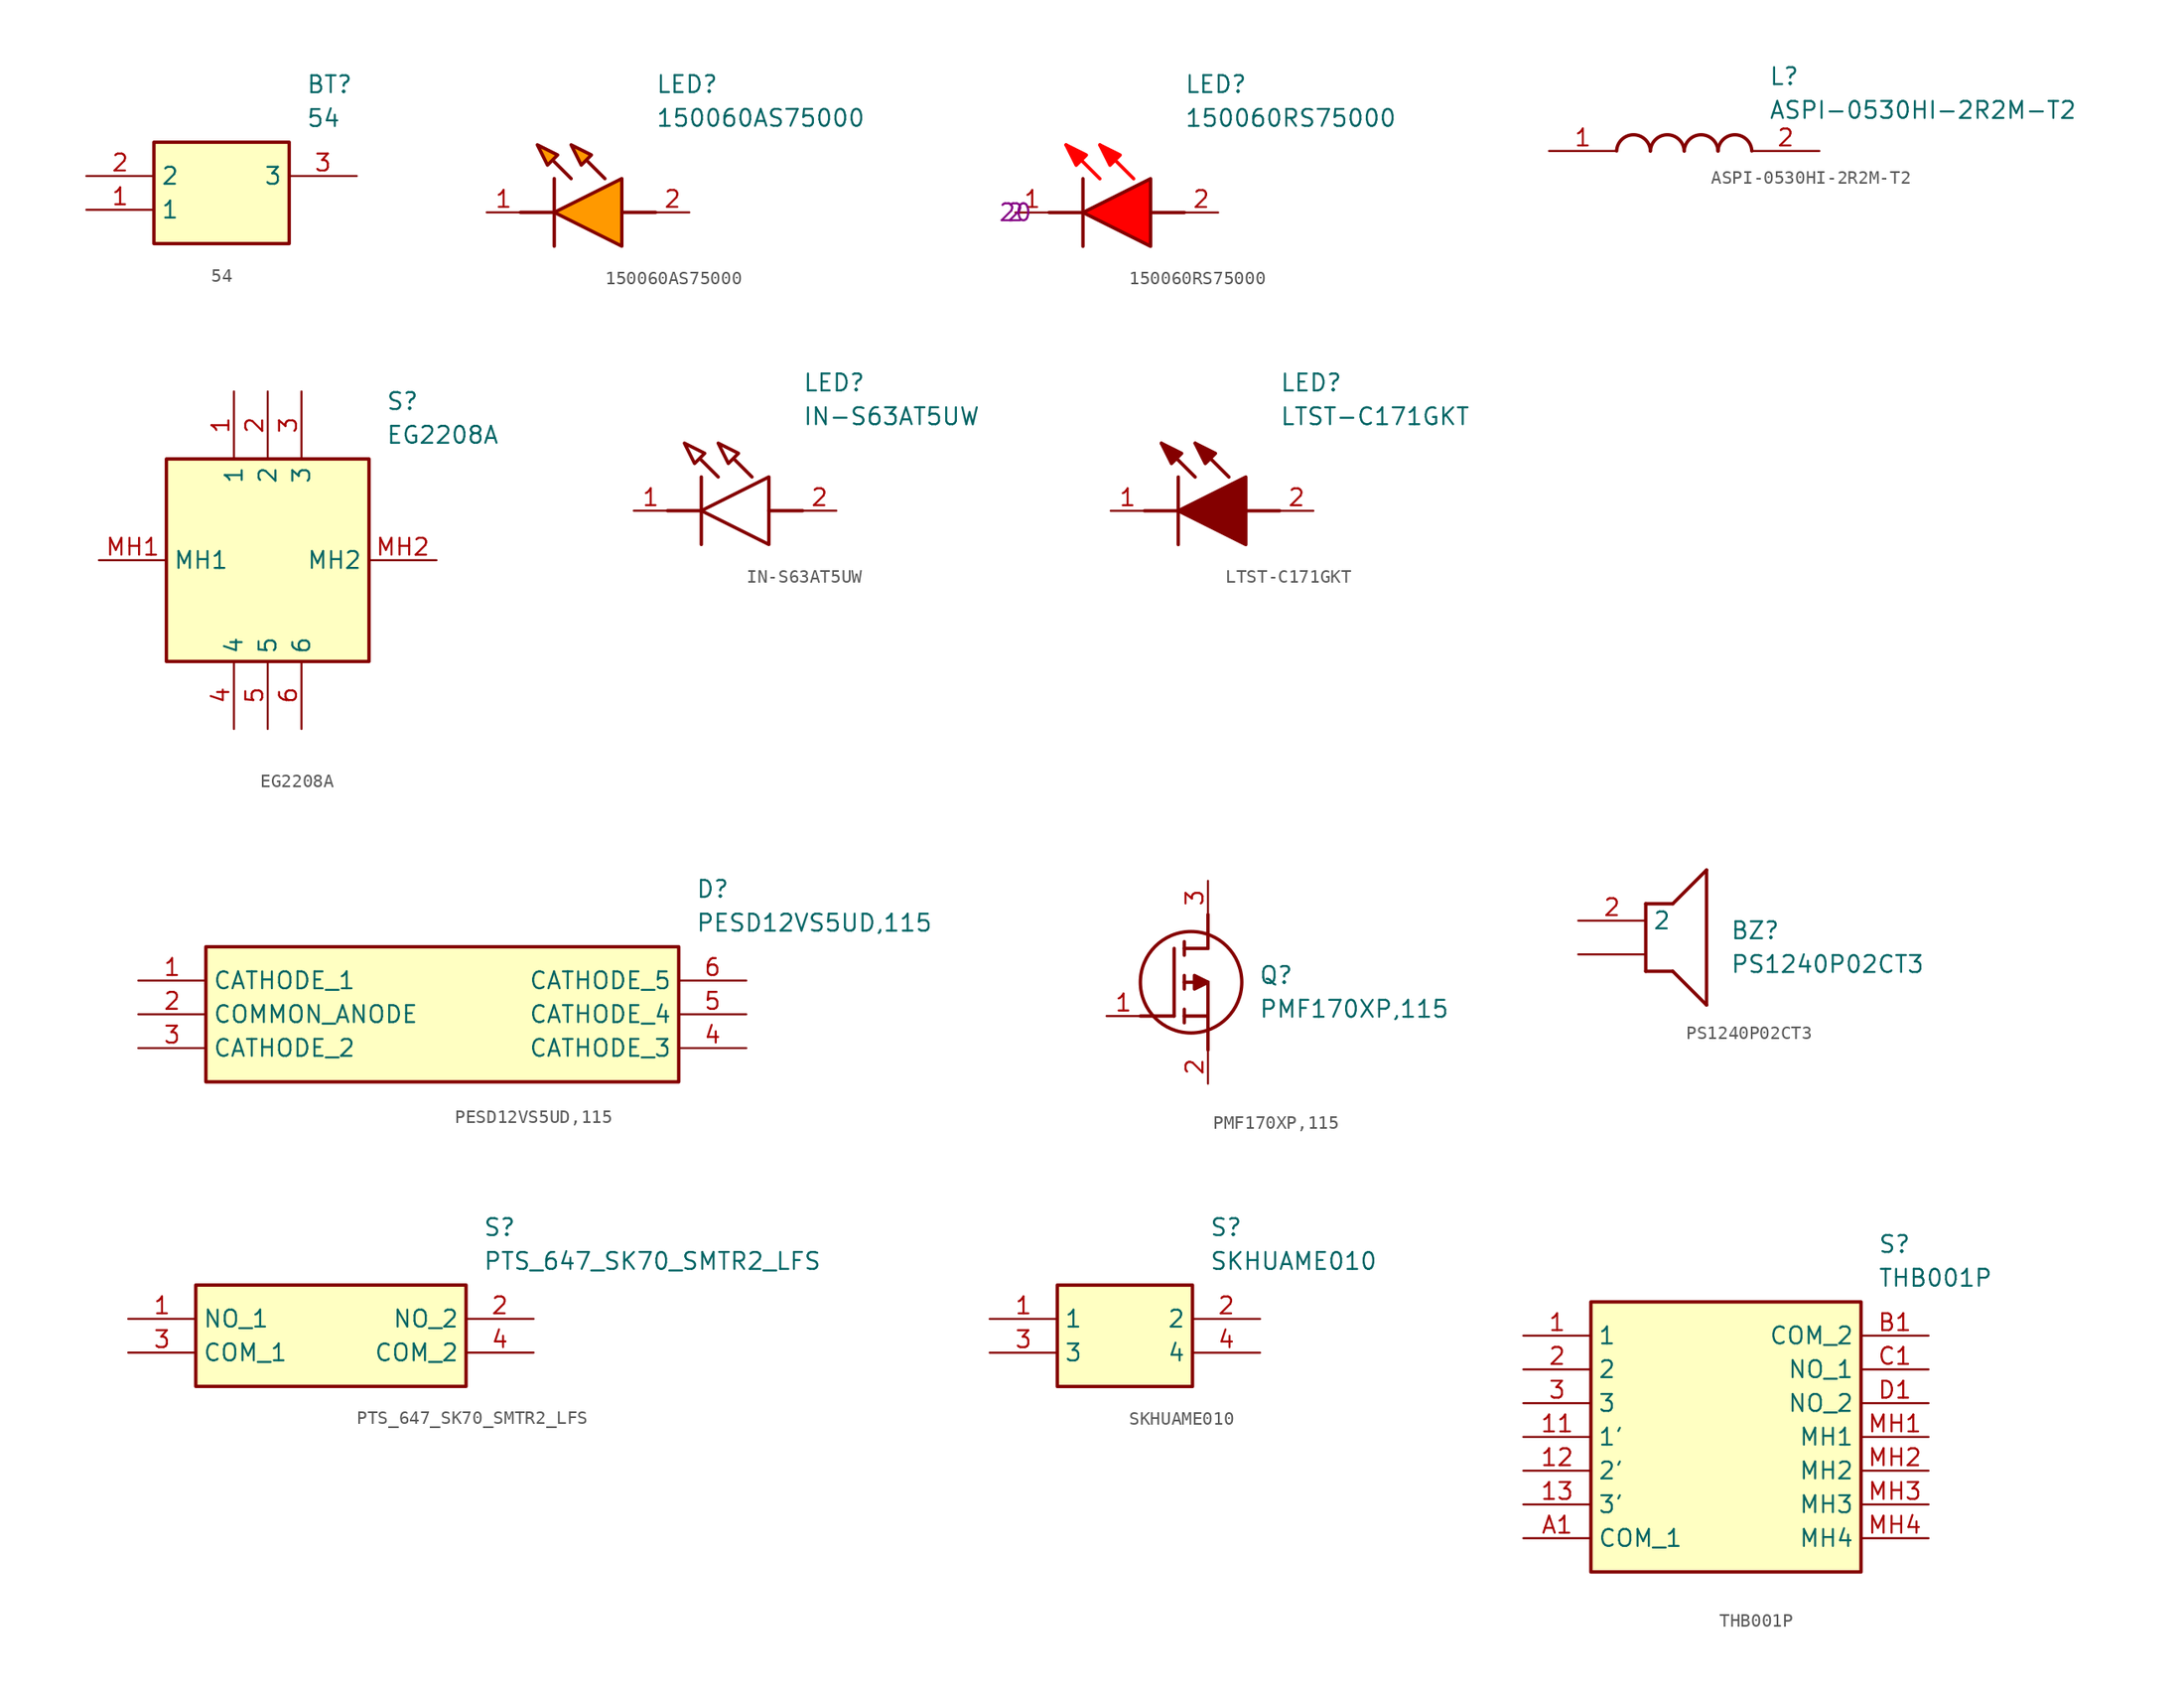
<source format=kicad_sym>
(kicad_symbol_lib
  (version 20231120)
  (generator "kicad_symbol_editor")
  (generator_version "8.0")
  (symbol "54"
    (property "Reference" "BT"
      (at 16.51 7.62 0)
      (effects (font (size 1.27 1.27)) (justify left top)))
    (property "Value" "54"
      (at 16.51 5.08 0)
      (effects (font (size 1.27 1.27)) (justify left top)))
    (symbol "54_1_1"
      (rectangle (start 5.08 2.54) (end 15.24 -5.08) (stroke (width 0.254) (type default)) (fill (type background)))
      (pin passive line (at 0 -2.54 0) (length 5.08) (name "1" (effects (font (size 1.27 1.27)))) (number "1" (effects (font (size 1.27 1.27)))))
      (pin passive line (at 0 0 0) (length 5.08) (name "2" (effects (font (size 1.27 1.27)))) (number "2" (effects (font (size 1.27 1.27)))))
      (pin passive line (at 20.32 0 180) (length 5.08) (name "3" (effects (font (size 1.27 1.27)))) (number "3" (effects (font (size 1.27 1.27)))))))
  (symbol "150060AS75000"
    (pin_names hide)
    (property "Reference" "LED"
      (at 12.7 8.89 0)
      (effects (font (size 1.27 1.27)) (justify left bottom)))
    (property "Value" "150060AS75000"
      (at 12.7 6.35 0)
      (effects (font (size 1.27 1.27)) (justify left bottom)))
    (symbol "150060AS75000_1_1"
      (polyline (pts (xy 2.54 0) (xy 5.08 0)) (stroke (width 0.254) (type default)) (fill (type none)))
      (polyline (pts (xy 5.08 2.54) (xy 5.08 -2.54)) (stroke (width 0.254) (type default)) (fill (type none)))
      (polyline (pts (xy 6.35 2.54) (xy 5.08 3.81)) (stroke (width 0.254) (type default)) (fill (type none)))
      (polyline (pts (xy 8.89 2.54) (xy 7.62 3.81)) (stroke (width 0.254) (type default)) (fill (type none)))
      (polyline (pts (xy 10.16 0) (xy 12.7 0)) (stroke (width 0.254) (type default)) (fill (type none)))
      (polyline (pts (xy 5.08 0) (xy 10.16 2.54) (xy 10.16 -2.54) (xy 5.08 0)) (stroke (width 0.254) (type default)) (fill (type color) (color 255 153 0 1)))
      (polyline (pts (xy 5.334 4.318) (xy 4.572 3.556) (xy 3.81 5.08) (xy 5.334 4.318)) (stroke (width 0.254) (type default)) (fill (type color) (color 255 153 0 1)))
      (polyline (pts (xy 7.874 4.318) (xy 7.112 3.556) (xy 6.35 5.08) (xy 7.874 4.318)) (stroke (width 0.254) (type default)) (fill (type color) (color 255 153 0 1)))
      (pin passive line (at 0 0 0) (length 2.54) (name "K" (effects (font (size 1.27 1.27)))) (number "1" (effects (font (size 1.27 1.27)))))
      (pin passive line (at 15.24 0 180) (length 2.54) (name "A" (effects (font (size 1.27 1.27)))) (number "2" (effects (font (size 1.27 1.27)))))))
  (symbol "150060RS75000"
    (pin_names hide)
    (property "Reference" "LED"
      (at 12.7 8.89 0)
      (effects (font (size 1.27 1.27)) (justify left bottom)))
    (property "Value" "150060RS75000"
      (at 12.7 6.35 0)
      (effects (font (size 1.27 1.27)) (justify left bottom)))
    (property "Vf (Volts)" "2"
      (at 0 0 0)
      (effects (font (size 1.27 1.27))))
    (property "Forward current (mA)" "20"
      (at 0 0 0)
      (effects (font (size 1.27 1.27))))
    (symbol "150060RS75000_1_1"
      (polyline (pts (xy 2.54 0) (xy 5.08 0)) (stroke (width 0.254) (type default)) (fill (type none)))
      (polyline (pts (xy 5.08 2.54) (xy 5.08 -2.54)) (stroke (width 0.254) (type default)) (fill (type none)))
      (polyline (pts (xy 6.35 2.54) (xy 3.81 5.08)) (stroke (width 0.254) (type default) (color 255 0 0 1)) (fill (type color) (color 255 0 0 1)))
      (polyline (pts (xy 8.89 2.54) (xy 6.35 5.08)) (stroke (width 0.254) (type default) (color 255 0 0 1)) (fill (type none)))
      (polyline (pts (xy 10.16 0) (xy 12.7 0)) (stroke (width 0.254) (type default)) (fill (type none)))
      (polyline (pts (xy 5.08 0) (xy 10.16 2.54) (xy 10.16 -2.54) (xy 5.08 0)) (stroke (width 0.254) (type default)) (fill (type color) (color 255 0 0 1)))
      (polyline (pts (xy 5.334 4.318) (xy 4.572 3.556) (xy 3.81 5.08) (xy 5.334 4.318)) (stroke (width 0.254) (type default) (color 255 0 0 1)) (fill (type outline)))
      (polyline (pts (xy 7.874 4.318) (xy 7.112 3.556) (xy 6.35 5.08) (xy 7.874 4.318)) (stroke (width 0.254) (type default) (color 255 0 0 1)) (fill (type outline)))
      (pin passive line (at 0 0 0) (length 2.54) (name "K" (effects (font (size 1.27 1.27)))) (number "1" (effects (font (size 1.27 1.27)))))
      (pin passive line (at 15.24 0 180) (length 2.54) (name "A" (effects (font (size 1.27 1.27)))) (number "2" (effects (font (size 1.27 1.27)))))))
  (symbol "ASPI-0530HI-2R2M-T2"
    (pin_names hide)
    (property "Reference" "L"
      (at 16.51 6.35 0)
      (effects (font (size 1.27 1.27)) (justify left top)))
    (property "Value" "ASPI-0530HI-2R2M-T2"
      (at 16.51 3.81 0)
      (effects (font (size 1.27 1.27)) (justify left top)))
    (symbol "ASPI-0530HI-2R2M-T2_1_1"
      (arc (start 7.62 0) (mid 6.35 1.219) (end 5.08 0) (stroke (width 0.254) (type default)) (fill (type none)))
      (arc (start 10.16 0) (mid 8.89 1.219) (end 7.62 0) (stroke (width 0.254) (type default)) (fill (type none)))
      (arc (start 12.7 0) (mid 11.43 1.219) (end 10.16 0) (stroke (width 0.254) (type default)) (fill (type none)))
      (arc (start 15.24 0) (mid 13.97 1.219) (end 12.7 0) (stroke (width 0.254) (type default)) (fill (type none)))
      (pin passive line (at 0 0 0) (length 5.08) (name "1" (effects (font (size 1.27 1.27)))) (number "1" (effects (font (size 1.27 1.27)))))
      (pin passive line (at 20.32 0 180) (length 5.08) (name "2" (effects (font (size 1.27 1.27)))) (number "2" (effects (font (size 1.27 1.27)))))))
  (symbol "EG2208A"
    (property "Reference" "S"
      (at 21.59 12.7 0)
      (effects (font (size 1.27 1.27)) (justify left top)))
    (property "Value" "EG2208A"
      (at 21.59 10.16 0)
      (effects (font (size 1.27 1.27)) (justify left top)))
    (symbol "EG2208A_1_1"
      (rectangle (start 5.08 7.62) (end 20.32 -7.62) (stroke (width 0.254) (type default)) (fill (type background)))
      (pin passive line (at 10.16 12.7 270) (length 5.08) (name "1" (effects (font (size 1.27 1.27)))) (number "1" (effects (font (size 1.27 1.27)))))
      (pin passive line (at 12.7 12.7 270) (length 5.08) (name "2" (effects (font (size 1.27 1.27)))) (number "2" (effects (font (size 1.27 1.27)))))
      (pin passive line (at 15.24 12.7 270) (length 5.08) (name "3" (effects (font (size 1.27 1.27)))) (number "3" (effects (font (size 1.27 1.27)))))
      (pin passive line (at 10.16 -12.7 90) (length 5.08) (name "4" (effects (font (size 1.27 1.27)))) (number "4" (effects (font (size 1.27 1.27)))))
      (pin passive line (at 12.7 -12.7 90) (length 5.08) (name "5" (effects (font (size 1.27 1.27)))) (number "5" (effects (font (size 1.27 1.27)))))
      (pin passive line (at 15.24 -12.7 90) (length 5.08) (name "6" (effects (font (size 1.27 1.27)))) (number "6" (effects (font (size 1.27 1.27)))))
      (pin passive line (at 0 0 0) (length 5.08) (name "MH1" (effects (font (size 1.27 1.27)))) (number "MH1" (effects (font (size 1.27 1.27)))))
      (pin passive line (at 25.4 0 180) (length 5.08) (name "MH2" (effects (font (size 1.27 1.27)))) (number "MH2" (effects (font (size 1.27 1.27)))))))
  (symbol "IN-S63AT5UW"
    (pin_names hide)
    (property "Reference" "LED"
      (at 12.7 8.89 0)
      (effects (font (size 1.27 1.27)) (justify left bottom)))
    (property "Value" "IN-S63AT5UW"
      (at 12.7 6.35 0)
      (effects (font (size 1.27 1.27)) (justify left bottom)))
    (symbol "IN-S63AT5UW_1_1"
      (polyline (pts (xy 2.54 0) (xy 5.08 0)) (stroke (width 0.254) (type default)) (fill (type none)))
      (polyline (pts (xy 5.08 2.54) (xy 5.08 -2.54)) (stroke (width 0.254) (type default)) (fill (type none)))
      (polyline (pts (xy 6.35 2.54) (xy 5.08 3.81)) (stroke (width 0.254) (type default)) (fill (type color) (color 255 255 255 1)))
      (polyline (pts (xy 8.89 2.54) (xy 7.62 3.81)) (stroke (width 0.254) (type default)) (fill (type none)))
      (polyline (pts (xy 10.16 0) (xy 12.7 0)) (stroke (width 0.254) (type default)) (fill (type none)))
      (polyline (pts (xy 5.08 0) (xy 10.16 2.54) (xy 10.16 -2.54) (xy 5.08 0)) (stroke (width 0.254) (type default)) (fill (type color) (color 255 255 255 1)))
      (polyline (pts (xy 5.334 4.318) (xy 4.572 3.556) (xy 3.81 5.08) (xy 5.334 4.318)) (stroke (width 0.254) (type default)) (fill (type color) (color 255 255 255 1)))
      (polyline (pts (xy 7.874 4.318) (xy 7.112 3.556) (xy 6.35 5.08) (xy 7.874 4.318)) (stroke (width 0.254) (type default)) (fill (type color) (color 255 255 255 1)))
      (pin passive line (at 0 0 0) (length 2.54) (name "K" (effects (font (size 1.27 1.27)))) (number "1" (effects (font (size 1.27 1.27)))))
      (pin passive line (at 15.24 0 180) (length 2.54) (name "A" (effects (font (size 1.27 1.27)))) (number "2" (effects (font (size 1.27 1.27)))))))
  (symbol "LTST-C171GKT"
    (pin_names hide)
    (property "Reference" "LED"
      (at 12.7 8.89 0)
      (effects (font (size 1.27 1.27)) (justify left bottom)))
    (property "Value" "LTST-C171GKT"
      (at 12.7 6.35 0)
      (effects (font (size 1.27 1.27)) (justify left bottom)))
    (symbol "LTST-C171GKT_1_1"
      (polyline (pts (xy 2.54 0) (xy 5.08 0)) (stroke (width 0.254) (type default)) (fill (type none)))
      (polyline (pts (xy 5.08 2.54) (xy 5.08 -2.54)) (stroke (width 0.254) (type default)) (fill (type none)))
      (polyline (pts (xy 6.35 2.54) (xy 3.81 5.08)) (stroke (width 0.254) (type default)) (fill (type none)))
      (polyline (pts (xy 8.89 2.54) (xy 6.35 5.08)) (stroke (width 0.254) (type default)) (fill (type none)))
      (polyline (pts (xy 10.16 0) (xy 12.7 0)) (stroke (width 0.254) (type default)) (fill (type none)))
      (polyline (pts (xy 5.08 0) (xy 10.16 2.54) (xy 10.16 -2.54) (xy 5.08 0)) (stroke (width 0.254) (type default)) (fill (type outline)))
      (polyline (pts (xy 5.334 4.318) (xy 4.572 3.556) (xy 3.81 5.08) (xy 5.334 4.318)) (stroke (width 0.254) (type default)) (fill (type outline)))
      (polyline (pts (xy 7.874 4.318) (xy 7.112 3.556) (xy 6.35 5.08) (xy 7.874 4.318)) (stroke (width 0.254) (type default)) (fill (type outline)))
      (pin passive line (at 0 0 0) (length 2.54) (name "K" (effects (font (size 1.27 1.27)))) (number "1" (effects (font (size 1.27 1.27)))))
      (pin passive line (at 15.24 0 180) (length 2.54) (name "A" (effects (font (size 1.27 1.27)))) (number "2" (effects (font (size 1.27 1.27)))))))
  (symbol "PESD12VS5UD,115"
    (property "Reference" "D"
      (at 41.91 7.62 0)
      (effects (font (size 1.27 1.27)) (justify left top)))
    (property "Value" "PESD12VS5UD,115"
      (at 41.91 5.08 0)
      (effects (font (size 1.27 1.27)) (justify left top)))
    (symbol "PESD12VS5UD,115_1_1"
      (rectangle (start 5.08 2.54) (end 40.64 -7.62) (stroke (width 0.254) (type default)) (fill (type background)))
      (pin passive line (at 0 0 0) (length 5.08) (name "CATHODE_1" (effects (font (size 1.27 1.27)))) (number "1" (effects (font (size 1.27 1.27)))))
      (pin passive line (at 0 -2.54 0) (length 5.08) (name "COMMON_ANODE" (effects (font (size 1.27 1.27)))) (number "2" (effects (font (size 1.27 1.27)))))
      (pin passive line (at 0 -5.08 0) (length 5.08) (name "CATHODE_2" (effects (font (size 1.27 1.27)))) (number "3" (effects (font (size 1.27 1.27)))))
      (pin passive line (at 45.72 -5.08 180) (length 5.08) (name "CATHODE_3" (effects (font (size 1.27 1.27)))) (number "4" (effects (font (size 1.27 1.27)))))
      (pin passive line (at 45.72 -2.54 180) (length 5.08) (name "CATHODE_4" (effects (font (size 1.27 1.27)))) (number "5" (effects (font (size 1.27 1.27)))))
      (pin passive line (at 45.72 0 180) (length 5.08) (name "CATHODE_5" (effects (font (size 1.27 1.27)))) (number "6" (effects (font (size 1.27 1.27)))))))
  (symbol "PMF170XP,115"
    (pin_names hide)
    (property "Reference" "Q"
      (at 11.43 3.81 0)
      (effects (font (size 1.27 1.27)) (justify left top)))
    (property "Value" "PMF170XP,115"
      (at 11.43 1.27 0)
      (effects (font (size 1.27 1.27)) (justify left top)))
    (symbol "PMF170XP,115_1_1"
      (polyline (pts (xy 2.54 0) (xy 5.08 0)) (stroke (width 0.254) (type default)) (fill (type none)))
      (polyline (pts (xy 5.08 5.08) (xy 5.08 0)) (stroke (width 0.254) (type default)) (fill (type none)))
      (polyline (pts (xy 5.842 -0.508) (xy 5.842 0.508)) (stroke (width 0.254) (type default)) (fill (type none)))
      (polyline (pts (xy 5.842 0) (xy 7.62 0)) (stroke (width 0.254) (type default)) (fill (type none)))
      (polyline (pts (xy 5.842 2.032) (xy 5.842 3.048)) (stroke (width 0.254) (type default)) (fill (type none)))
      (polyline (pts (xy 5.842 5.588) (xy 5.842 4.572)) (stroke (width 0.254) (type default)) (fill (type none)))
      (polyline (pts (xy 7.62 2.54) (xy 5.842 2.54)) (stroke (width 0.254) (type default)) (fill (type none)))
      (polyline (pts (xy 7.62 2.54) (xy 7.62 -2.54)) (stroke (width 0.254) (type default)) (fill (type none)))
      (polyline (pts (xy 7.62 5.08) (xy 5.842 5.08)) (stroke (width 0.254) (type default)) (fill (type none)))
      (polyline (pts (xy 7.62 5.08) (xy 7.62 7.62)) (stroke (width 0.254) (type default)) (fill (type none)))
      (polyline (pts (xy 7.62 2.54) (xy 6.604 3.048) (xy 6.604 2.032) (xy 7.62 2.54)) (stroke (width 0.254) (type default)) (fill (type outline)))
      (circle (center 6.35 2.54) (radius 3.81) (stroke (width 0.254) (type default)) (fill (type none)))
      (pin passive line (at 0 0 0) (length 2.54) (name "G" (effects (font (size 1.27 1.27)))) (number "1" (effects (font (size 1.27 1.27)))))
      (pin passive line (at 7.62 -5.08 90) (length 2.54) (name "S" (effects (font (size 1.27 1.27)))) (number "2" (effects (font (size 1.27 1.27)))))
      (pin passive line (at 7.62 10.16 270) (length 2.54) (name "D" (effects (font (size 1.27 1.27)))) (number "3" (effects (font (size 1.27 1.27)))))))
  (symbol "PS1240P02CT3"
    (property "Reference" "BZ"
      (at 11.43 0 0)
      (effects (font (size 1.27 1.27)) (justify left top)))
    (property "Value" "PS1240P02CT3"
      (at 11.43 -2.54 0)
      (effects (font (size 1.27 1.27)) (justify left top)))
    (symbol "PS1240P02CT3_1_1"
      (polyline (pts (xy 5.08 1.27) (xy 5.08 -3.81)) (stroke (width 0.254) (type default)) (fill (type none)))
      (polyline (pts (xy 5.08 1.27) (xy 7.112 1.27)) (stroke (width 0.254) (type default)) (fill (type none)))
      (polyline (pts (xy 7.112 -3.81) (xy 5.08 -3.81)) (stroke (width 0.254) (type default)) (fill (type none)))
      (polyline (pts (xy 7.112 -3.81) (xy 9.652 -6.35)) (stroke (width 0.254) (type default)) (fill (type none)))
      (polyline (pts (xy 9.652 3.81) (xy 7.112 1.27)) (stroke (width 0.254) (type default)) (fill (type none)))
      (polyline (pts (xy 9.652 3.81) (xy 9.652 -6.35)) (stroke (width 0.254) (type default)) (fill (type none)))
      (pin passive line (at 0 -2.54 0) (length 5.08) (name "" (effects (font (size 1.27 1.27)))) (number "" (effects (font (size 1.27 1.27)))))
      (pin passive line (at 0 0 0) (length 5.08) (name "2" (effects (font (size 1.27 1.27)))) (number "2" (effects (font (size 1.27 1.27)))))))
  (symbol "PTS_647_SK70_SMTR2_LFS"
    (property "Reference" "S"
      (at 26.67 7.62 0)
      (effects (font (size 1.27 1.27)) (justify left top)))
    (property "Value" "PTS_647_SK70_SMTR2_LFS"
      (at 26.67 5.08 0)
      (effects (font (size 1.27 1.27)) (justify left top)))
    (symbol "PTS_647_SK70_SMTR2_LFS_1_1"
      (rectangle (start 5.08 2.54) (end 25.4 -5.08) (stroke (width 0.254) (type default)) (fill (type background)))
      (pin passive line (at 0 0 0) (length 5.08) (name "NO_1" (effects (font (size 1.27 1.27)))) (number "1" (effects (font (size 1.27 1.27)))))
      (pin passive line (at 30.48 0 180) (length 5.08) (name "NO_2" (effects (font (size 1.27 1.27)))) (number "2" (effects (font (size 1.27 1.27)))))
      (pin passive line (at 0 -2.54 0) (length 5.08) (name "COM_1" (effects (font (size 1.27 1.27)))) (number "3" (effects (font (size 1.27 1.27)))))
      (pin passive line (at 30.48 -2.54 180) (length 5.08) (name "COM_2" (effects (font (size 1.27 1.27)))) (number "4" (effects (font (size 1.27 1.27)))))))
  (symbol "SKHUAME010"
    (property "Reference" "S"
      (at 16.51 7.62 0)
      (effects (font (size 1.27 1.27)) (justify left top)))
    (property "Value" "SKHUAME010"
      (at 16.51 5.08 0)
      (effects (font (size 1.27 1.27)) (justify left top)))
    (symbol "SKHUAME010_1_1"
      (rectangle (start 5.08 2.54) (end 15.24 -5.08) (stroke (width 0.254) (type default)) (fill (type background)))
      (pin passive line (at 0 0 0) (length 5.08) (name "1" (effects (font (size 1.27 1.27)))) (number "1" (effects (font (size 1.27 1.27)))))
      (pin passive line (at 20.32 0 180) (length 5.08) (name "2" (effects (font (size 1.27 1.27)))) (number "2" (effects (font (size 1.27 1.27)))))
      (pin passive line (at 0 -2.54 0) (length 5.08) (name "3" (effects (font (size 1.27 1.27)))) (number "3" (effects (font (size 1.27 1.27)))))
      (pin passive line (at 20.32 -2.54 180) (length 5.08) (name "4" (effects (font (size 1.27 1.27)))) (number "4" (effects (font (size 1.27 1.27)))))))
  (symbol "THB001P"
    (property "Reference" "S"
      (at 26.67 7.62 0)
      (effects (font (size 1.27 1.27)) (justify left top)))
    (property "Value" "THB001P"
      (at 26.67 5.08 0)
      (effects (font (size 1.27 1.27)) (justify left top)))
    (symbol "THB001P_1_1"
      (rectangle (start 5.08 2.54) (end 25.4 -17.78) (stroke (width 0.254) (type default)) (fill (type background)))
      (pin passive line (at 0 0 0) (length 5.08) (name "1" (effects (font (size 1.27 1.27)))) (number "1" (effects (font (size 1.27 1.27)))))
      (pin passive line (at 0 -7.62 0) (length 5.08) (name "1'" (effects (font (size 1.27 1.27)))) (number "11" (effects (font (size 1.27 1.27)))))
      (pin passive line (at 0 -10.16 0) (length 5.08) (name "2'" (effects (font (size 1.27 1.27)))) (number "12" (effects (font (size 1.27 1.27)))))
      (pin passive line (at 0 -12.7 0) (length 5.08) (name "3'" (effects (font (size 1.27 1.27)))) (number "13" (effects (font (size 1.27 1.27)))))
      (pin passive line (at 0 -2.54 0) (length 5.08) (name "2" (effects (font (size 1.27 1.27)))) (number "2" (effects (font (size 1.27 1.27)))))
      (pin passive line (at 0 -5.08 0) (length 5.08) (name "3" (effects (font (size 1.27 1.27)))) (number "3" (effects (font (size 1.27 1.27)))))
      (pin passive line (at 0 -15.24 0) (length 5.08) (name "COM_1" (effects (font (size 1.27 1.27)))) (number "A1" (effects (font (size 1.27 1.27)))))
      (pin passive line (at 30.48 0 180) (length 5.08) (name "COM_2" (effects (font (size 1.27 1.27)))) (number "B1" (effects (font (size 1.27 1.27)))))
      (pin passive line (at 30.48 -2.54 180) (length 5.08) (name "NO_1" (effects (font (size 1.27 1.27)))) (number "C1" (effects (font (size 1.27 1.27)))))
      (pin passive line (at 30.48 -5.08 180) (length 5.08) (name "NO_2" (effects (font (size 1.27 1.27)))) (number "D1" (effects (font (size 1.27 1.27)))))
      (pin passive line (at 30.48 -7.62 180) (length 5.08) (name "MH1" (effects (font (size 1.27 1.27)))) (number "MH1" (effects (font (size 1.27 1.27)))))
      (pin passive line (at 30.48 -10.16 180) (length 5.08) (name "MH2" (effects (font (size 1.27 1.27)))) (number "MH2" (effects (font (size 1.27 1.27)))))
      (pin passive line (at 30.48 -12.7 180) (length 5.08) (name "MH3" (effects (font (size 1.27 1.27)))) (number "MH3" (effects (font (size 1.27 1.27)))))
      (pin passive line (at 30.48 -15.24 180) (length 5.08) (name "MH4" (effects (font (size 1.27 1.27)))) (number "MH4" (effects (font (size 1.27 1.27))))))))
</source>
